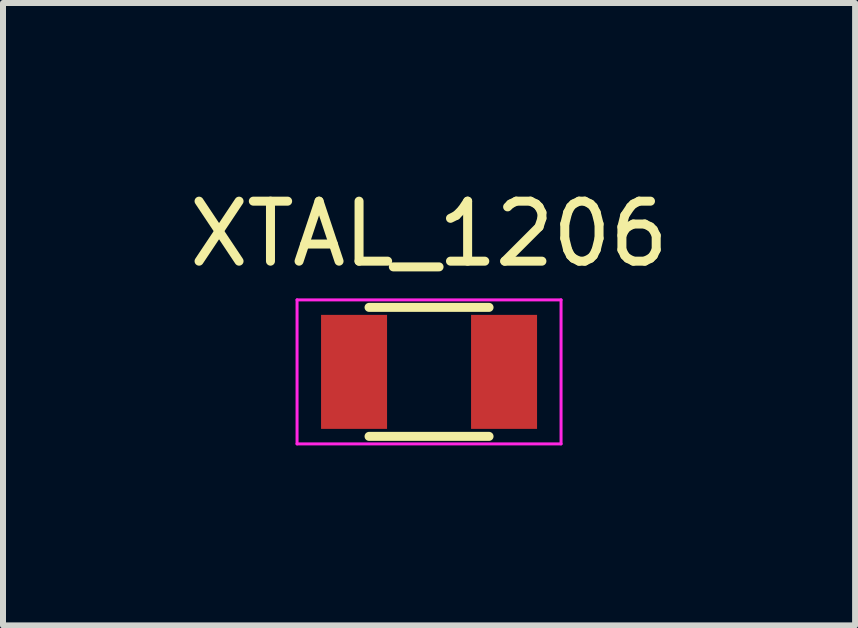
<source format=kicad_pcb>
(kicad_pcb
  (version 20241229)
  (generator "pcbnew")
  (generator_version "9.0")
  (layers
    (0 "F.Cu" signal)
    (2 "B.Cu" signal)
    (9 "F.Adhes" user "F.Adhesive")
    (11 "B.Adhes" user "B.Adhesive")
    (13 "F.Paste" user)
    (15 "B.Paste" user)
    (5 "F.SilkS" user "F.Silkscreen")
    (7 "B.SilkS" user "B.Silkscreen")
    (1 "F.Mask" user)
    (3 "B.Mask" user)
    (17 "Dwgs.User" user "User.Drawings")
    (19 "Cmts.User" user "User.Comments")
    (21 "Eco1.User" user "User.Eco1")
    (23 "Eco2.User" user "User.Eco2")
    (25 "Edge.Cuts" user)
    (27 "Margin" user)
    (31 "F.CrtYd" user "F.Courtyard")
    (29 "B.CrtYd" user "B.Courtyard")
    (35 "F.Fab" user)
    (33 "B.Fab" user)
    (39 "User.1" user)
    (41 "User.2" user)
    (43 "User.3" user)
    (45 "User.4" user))
  (footprint "XTAL_1206"
    (layer "F.Cu")
    (at 4.101 3.148)
    (property "Reference" "XTAL_1206" (at 0 -2.3 0) (layer "F.SilkS") (effects (font (size 1 1) (thickness 0.15))))
    (attr smd)
    (fp_line (start -1 -1.075) (end 1 -1.075) (stroke (width 0.15) (type solid)) (layer "F.SilkS"))
    (fp_line (start 1 1.075) (end -1 1.075) (stroke (width 0.15) (type solid)) (layer "F.SilkS"))
    (fp_line (start -2.2 -1.2) (end -2.2 1.2) (stroke (width 0.05) (type solid)) (layer "F.CrtYd"))
    (fp_line (start -2.2 -1.2) (end 2.2 -1.2) (stroke (width 0.05) (type solid)) (layer "F.CrtYd"))
    (fp_line (start -2.2 1.2) (end 2.2 1.2) (stroke (width 0.05) (type solid)) (layer "F.CrtYd"))
    (fp_line (start 2.2 -1.2) (end 2.2 1.2) (stroke (width 0.05) (type solid)) (layer "F.CrtYd"))
    (pad "1" smd rect (at -1.25 0) (size 1.1 1.9) (layers "F.Cu" "F.Mask" "F.Paste"))
    (pad "2" smd rect (at 1.25 0) (size 1.1 1.9) (layers "F.Cu" "F.Mask" "F.Paste")))
  (gr_rect
    (start -3 -3)
    (end 11.202 7.373)
    (stroke (width 0.1) (type default))
    (fill no)
    (layer "Edge.Cuts")))
</source>
